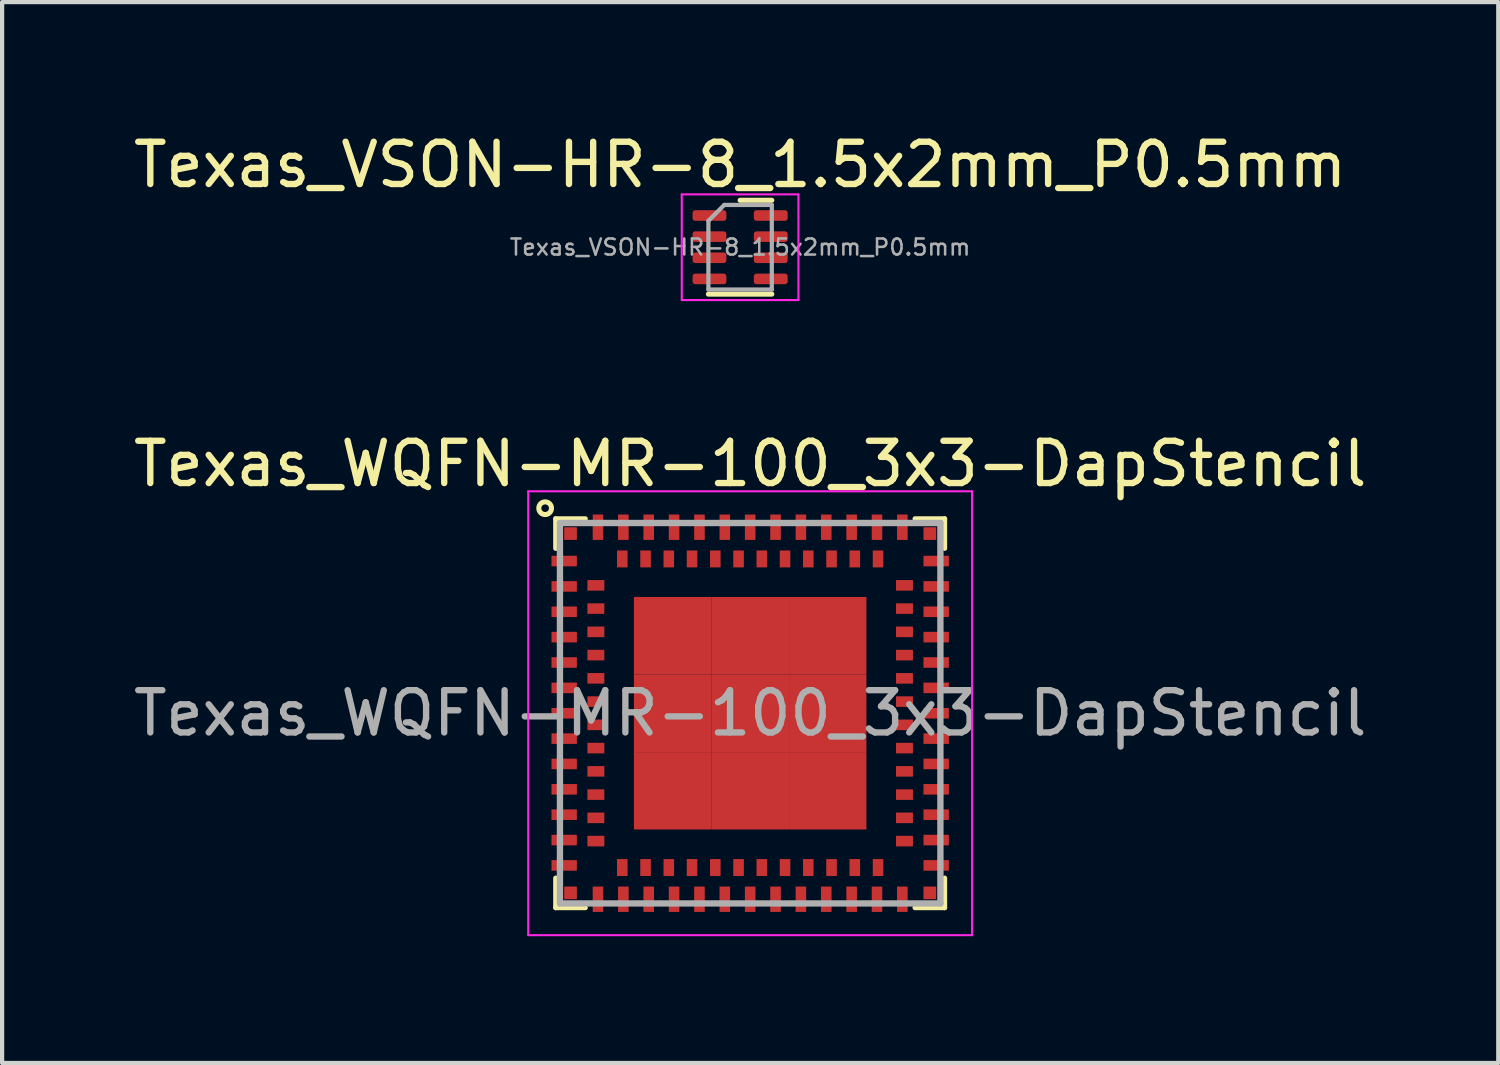
<source format=kicad_pcb>
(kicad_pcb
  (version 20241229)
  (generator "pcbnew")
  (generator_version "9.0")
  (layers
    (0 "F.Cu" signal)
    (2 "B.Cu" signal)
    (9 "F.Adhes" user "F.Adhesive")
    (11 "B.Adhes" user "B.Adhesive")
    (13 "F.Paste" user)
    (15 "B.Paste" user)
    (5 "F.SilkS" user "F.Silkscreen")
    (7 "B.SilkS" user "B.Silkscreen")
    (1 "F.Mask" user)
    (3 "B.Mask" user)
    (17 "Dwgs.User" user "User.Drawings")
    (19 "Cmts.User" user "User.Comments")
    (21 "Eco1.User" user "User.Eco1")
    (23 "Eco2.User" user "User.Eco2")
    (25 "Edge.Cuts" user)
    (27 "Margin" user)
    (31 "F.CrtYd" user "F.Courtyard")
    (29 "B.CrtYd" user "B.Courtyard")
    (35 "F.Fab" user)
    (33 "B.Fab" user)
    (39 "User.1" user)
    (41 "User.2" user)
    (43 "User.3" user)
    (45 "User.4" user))
  (footprint "Texas_WQFN-MR-100_3x3-DapStencil"
    (layer "F.Cu")
    (at 14.696 13.822)
    (property "Reference" "Texas_WQFN-MR-100_3x3-DapStencil" (at 0 -5.9 0) (layer "F.SilkS") (effects (font (size 1 1) (thickness 0.15))))
    (attr smd)
    (fp_line (start -4.6 -4.6) (end -3.9 -4.6) (stroke (width 0.12) (type solid)) (layer "F.SilkS"))
    (fp_line (start -4.6 -3.9) (end -4.6 -4.6) (stroke (width 0.12) (type solid)) (layer "F.SilkS"))
    (fp_line (start -4.6 3.9) (end -4.6 4.6) (stroke (width 0.12) (type solid)) (layer "F.SilkS"))
    (fp_line (start -4.6 4.6) (end -3.9 4.6) (stroke (width 0.12) (type solid)) (layer "F.SilkS"))
    (fp_line (start 4.6 -4.6) (end 3.9 -4.6) (stroke (width 0.12) (type solid)) (layer "F.SilkS"))
    (fp_line (start 4.6 -3.9) (end 4.6 -4.6) (stroke (width 0.12) (type solid)) (layer "F.SilkS"))
    (fp_line (start 4.6 3.9) (end 4.6 4.6) (stroke (width 0.12) (type solid)) (layer "F.SilkS"))
    (fp_line (start 4.6 4.6) (end 3.9 4.6) (stroke (width 0.12) (type solid)) (layer "F.SilkS"))
    (fp_circle (center -4.85 -4.85) (end -5 -4.85) (stroke (width 0.12) (type solid)) (fill no) (layer "F.SilkS"))
    (fp_line (start -5.25 -5.25) (end 5.25 -5.25) (stroke (width 0.05) (type solid)) (layer "F.CrtYd"))
    (fp_line (start -5.25 5.25) (end -5.25 -5.25) (stroke (width 0.05) (type solid)) (layer "F.CrtYd"))
    (fp_line (start 5.25 -5.25) (end 5.25 5.25) (stroke (width 0.05) (type solid)) (layer "F.CrtYd"))
    (fp_line (start 5.25 5.25) (end -5.25 5.25) (stroke (width 0.05) (type solid)) (layer "F.CrtYd"))
    (fp_line (start -4.5 -4.5) (end -4.5 4.5) (stroke (width 0.15) (type solid)) (layer "F.Fab"))
    (fp_line (start -4.5 -4.5) (end 4.5 -4.5) (stroke (width 0.15) (type solid)) (layer "F.Fab"))
    (fp_line (start -4.5 4.5) (end 4.5 4.5) (stroke (width 0.15) (type solid)) (layer "F.Fab"))
    (fp_line (start 4.5 -4.5) (end 4.5 4.5) (stroke (width 0.15) (type solid)) (layer "F.Fab"))
    (fp_text user "${REFERENCE}" (at 0 0 0) (layer "F.Fab") (effects (font (size 1 1) (thickness 0.15))))
    (pad "A1" smd rect (at -4.4 -3.6 90) (size 0.25 0.6) (layers "F.Cu" "F.Mask" "F.Paste"))
    (pad "A2" smd rect (at -4.4 -3 90) (size 0.25 0.6) (layers "F.Cu" "F.Mask" "F.Paste"))
    (pad "A3" smd rect (at -4.4 -2.4 90) (size 0.25 0.6) (layers "F.Cu" "F.Mask" "F.Paste"))
    (pad "A4" smd rect (at -4.4 -1.8 90) (size 0.25 0.6) (layers "F.Cu" "F.Mask" "F.Paste"))
    (pad "A5" smd rect (at -4.4 -1.2 90) (size 0.25 0.6) (layers "F.Cu" "F.Mask" "F.Paste"))
    (pad "A6" smd rect (at -4.4 -0.6 90) (size 0.25 0.6) (layers "F.Cu" "F.Mask" "F.Paste"))
    (pad "A7" smd rect (at -4.4 0 90) (size 0.25 0.6) (layers "F.Cu" "F.Mask" "F.Paste"))
    (pad "A8" smd rect (at -4.4 0.6 90) (size 0.25 0.6) (layers "F.Cu" "F.Mask" "F.Paste"))
    (pad "A9" smd rect (at -4.4 1.2 90) (size 0.25 0.6) (layers "F.Cu" "F.Mask" "F.Paste"))
    (pad "A10" smd rect (at -4.4 1.8 90) (size 0.25 0.6) (layers "F.Cu" "F.Mask" "F.Paste"))
    (pad "A11" smd rect (at -4.4 2.4 90) (size 0.25 0.6) (layers "F.Cu" "F.Mask" "F.Paste"))
    (pad "A12" smd rect (at -4.4 3 90) (size 0.25 0.6) (layers "F.Cu" "F.Mask" "F.Paste"))
    (pad "A13" smd rect (at -4.4 3.6 90) (size 0.25 0.6) (layers "F.Cu" "F.Mask" "F.Paste"))
    (pad "A14" smd rect (at -3.6 4.4) (size 0.25 0.6) (layers "F.Cu" "F.Mask" "F.Paste"))
    (pad "A15" smd rect (at -3 4.4) (size 0.25 0.6) (layers "F.Cu" "F.Mask" "F.Paste"))
    (pad "A16" smd rect (at -2.4 4.4) (size 0.25 0.6) (layers "F.Cu" "F.Mask" "F.Paste"))
    (pad "A17" smd rect (at -1.8 4.4) (size 0.25 0.6) (layers "F.Cu" "F.Mask" "F.Paste"))
    (pad "A18" smd rect (at -1.2 4.4) (size 0.25 0.6) (layers "F.Cu" "F.Mask" "F.Paste"))
    (pad "A19" smd rect (at -0.6 4.4) (size 0.25 0.6) (layers "F.Cu" "F.Mask" "F.Paste"))
    (pad "A20" smd rect (at 0 4.4) (size 0.25 0.6) (layers "F.Cu" "F.Mask" "F.Paste"))
    (pad "A21" smd rect (at 0.6 4.4) (size 0.25 0.6) (layers "F.Cu" "F.Mask" "F.Paste"))
    (pad "A22" smd rect (at 1.2 4.4) (size 0.25 0.6) (layers "F.Cu" "F.Mask" "F.Paste"))
    (pad "A23" smd rect (at 1.8 4.4) (size 0.25 0.6) (layers "F.Cu" "F.Mask" "F.Paste"))
    (pad "A24" smd rect (at 2.4 4.4) (size 0.25 0.6) (layers "F.Cu" "F.Mask" "F.Paste"))
    (pad "A25" smd rect (at 3 4.4) (size 0.25 0.6) (layers "F.Cu" "F.Mask" "F.Paste"))
    (pad "A26" smd rect (at 3.6 4.4) (size 0.25 0.6) (layers "F.Cu" "F.Mask" "F.Paste"))
    (pad "A27" smd rect (at 4.4 3.6 90) (size 0.25 0.6) (layers "F.Cu" "F.Mask" "F.Paste"))
    (pad "A28" smd rect (at 4.4 3 90) (size 0.25 0.6) (layers "F.Cu" "F.Mask" "F.Paste"))
    (pad "A29" smd rect (at 4.4 2.4 90) (size 0.25 0.6) (layers "F.Cu" "F.Mask" "F.Paste"))
    (pad "A30" smd rect (at 4.4 1.8 90) (size 0.25 0.6) (layers "F.Cu" "F.Mask" "F.Paste"))
    (pad "A31" smd rect (at 4.4 1.2 90) (size 0.25 0.6) (layers "F.Cu" "F.Mask" "F.Paste"))
    (pad "A32" smd rect (at 4.4 0.6 90) (size 0.25 0.6) (layers "F.Cu" "F.Mask" "F.Paste"))
    (pad "A33" smd rect (at 4.4 0 90) (size 0.25 0.6) (layers "F.Cu" "F.Mask" "F.Paste"))
    (pad "A34" smd rect (at 4.4 -0.6 90) (size 0.25 0.6) (layers "F.Cu" "F.Mask" "F.Paste"))
    (pad "A35" smd rect (at 4.4 -1.2 90) (size 0.25 0.6) (layers "F.Cu" "F.Mask" "F.Paste"))
    (pad "A36" smd rect (at 4.4 -1.8 90) (size 0.25 0.6) (layers "F.Cu" "F.Mask" "F.Paste"))
    (pad "A37" smd rect (at 4.4 -2.4 90) (size 0.25 0.6) (layers "F.Cu" "F.Mask" "F.Paste"))
    (pad "A38" smd rect (at 4.4 -3 90) (size 0.25 0.6) (layers "F.Cu" "F.Mask" "F.Paste"))
    (pad "A39" smd rect (at 4.4 -3.6 90) (size 0.25 0.6) (layers "F.Cu" "F.Mask" "F.Paste"))
    (pad "A40" smd rect (at 3.6 -4.4) (size 0.25 0.6) (layers "F.Cu" "F.Mask" "F.Paste"))
    (pad "A41" smd rect (at 3 -4.4) (size 0.25 0.6) (layers "F.Cu" "F.Mask" "F.Paste"))
    (pad "A42" smd rect (at 2.4 -4.4) (size 0.25 0.6) (layers "F.Cu" "F.Mask" "F.Paste"))
    (pad "A43" smd rect (at 1.8 -4.4) (size 0.25 0.6) (layers "F.Cu" "F.Mask" "F.Paste"))
    (pad "A44" smd rect (at 1.2 -4.4) (size 0.25 0.6) (layers "F.Cu" "F.Mask" "F.Paste"))
    (pad "A45" smd rect (at 0.6 -4.4) (size 0.25 0.6) (layers "F.Cu" "F.Mask" "F.Paste"))
    (pad "A46" smd rect (at 0 -4.4) (size 0.25 0.6) (layers "F.Cu" "F.Mask" "F.Paste"))
    (pad "A47" smd rect (at -0.6 -4.4) (size 0.25 0.6) (layers "F.Cu" "F.Mask" "F.Paste"))
    (pad "A48" smd rect (at -1.2 -4.4) (size 0.25 0.6) (layers "F.Cu" "F.Mask" "F.Paste"))
    (pad "A49" smd rect (at -1.8 -4.4) (size 0.25 0.6) (layers "F.Cu" "F.Mask" "F.Paste"))
    (pad "A50" smd rect (at -2.4 -4.4) (size 0.25 0.6) (layers "F.Cu" "F.Mask" "F.Paste"))
    (pad "A51" smd rect (at -3 -4.4) (size 0.25 0.6) (layers "F.Cu" "F.Mask" "F.Paste"))
    (pad "A52" smd rect (at -3.6 -4.4) (size 0.25 0.6) (layers "F.Cu" "F.Mask" "F.Paste"))
    (pad "A53" smd rect (at -1.835 -1.835) (size 1.83 1.83) (layers "F.Cu" "F.Mask" "F.Paste"))
    (pad "A53" smd rect (at -1.835 0) (size 1.83 1.84) (layers "F.Cu" "F.Mask" "F.Paste"))
    (pad "A53" smd rect (at -1.835 1.835) (size 1.83 1.83) (layers "F.Cu" "F.Mask" "F.Paste"))
    (pad "A53" smd rect (at 0 -1.835) (size 1.84 1.83) (layers "F.Cu" "F.Mask" "F.Paste"))
    (pad "A53" smd rect (at 0 0) (size 1.84 1.84) (layers "F.Cu" "F.Mask" "F.Paste"))
    (pad "A53" smd rect (at 0 1.835) (size 1.84 1.83) (layers "F.Cu" "F.Mask" "F.Paste"))
    (pad "A53" smd rect (at 1.835 -1.835) (size 1.83 1.83) (layers "F.Cu" "F.Mask" "F.Paste"))
    (pad "A53" smd rect (at 1.835 0) (size 1.83 1.84) (layers "F.Cu" "F.Mask" "F.Paste"))
    (pad "A53" smd rect (at 1.835 1.835) (size 1.83 1.83) (layers "F.Cu" "F.Mask" "F.Paste"))
    (pad "B1" smd rect (at -3.65 -3.025 90) (size 0.25 0.4) (layers "F.Cu" "F.Mask" "F.Paste"))
    (pad "B2" smd rect (at -3.65 -2.475 90) (size 0.25 0.4) (layers "F.Cu" "F.Mask" "F.Paste"))
    (pad "B3" smd rect (at -3.65 -1.925 90) (size 0.25 0.4) (layers "F.Cu" "F.Mask" "F.Paste"))
    (pad "B4" smd rect (at -3.65 -1.375 90) (size 0.25 0.4) (layers "F.Cu" "F.Mask" "F.Paste"))
    (pad "B5" smd rect (at -3.65 -0.825 90) (size 0.25 0.4) (layers "F.Cu" "F.Mask" "F.Paste"))
    (pad "B6" smd rect (at -3.65 -0.275 90) (size 0.25 0.4) (layers "F.Cu" "F.Mask" "F.Paste"))
    (pad "B7" smd rect (at -3.65 0.275 90) (size 0.25 0.4) (layers "F.Cu" "F.Mask" "F.Paste"))
    (pad "B8" smd rect (at -3.65 0.825 90) (size 0.25 0.4) (layers "F.Cu" "F.Mask" "F.Paste"))
    (pad "B9" smd rect (at -3.65 1.375 90) (size 0.25 0.4) (layers "F.Cu" "F.Mask" "F.Paste"))
    (pad "B10" smd rect (at -3.65 1.925 90) (size 0.25 0.4) (layers "F.Cu" "F.Mask" "F.Paste"))
    (pad "B11" smd rect (at -3.65 2.475 90) (size 0.25 0.4) (layers "F.Cu" "F.Mask" "F.Paste"))
    (pad "B12" smd rect (at -3.65 3.025 90) (size 0.25 0.4) (layers "F.Cu" "F.Mask" "F.Paste"))
    (pad "B13" smd rect (at -3.025 3.65) (size 0.25 0.4) (layers "F.Cu" "F.Mask" "F.Paste"))
    (pad "B14" smd rect (at -2.475 3.65) (size 0.25 0.4) (layers "F.Cu" "F.Mask" "F.Paste"))
    (pad "B15" smd rect (at -1.925 3.65) (size 0.25 0.4) (layers "F.Cu" "F.Mask" "F.Paste"))
    (pad "B16" smd rect (at -1.375 3.65) (size 0.25 0.4) (layers "F.Cu" "F.Mask" "F.Paste"))
    (pad "B17" smd rect (at -0.825 3.65) (size 0.25 0.4) (layers "F.Cu" "F.Mask" "F.Paste"))
    (pad "B18" smd rect (at -0.275 3.65) (size 0.25 0.4) (layers "F.Cu" "F.Mask" "F.Paste"))
    (pad "B19" smd rect (at 0.275 3.65) (size 0.25 0.4) (layers "F.Cu" "F.Mask" "F.Paste"))
    (pad "B20" smd rect (at 0.825 3.65) (size 0.25 0.4) (layers "F.Cu" "F.Mask" "F.Paste"))
    (pad "B21" smd rect (at 1.375 3.65) (size 0.25 0.4) (layers "F.Cu" "F.Mask" "F.Paste"))
    (pad "B22" smd rect (at 1.925 3.65) (size 0.25 0.4) (layers "F.Cu" "F.Mask" "F.Paste"))
    (pad "B23" smd rect (at 2.475 3.65) (size 0.25 0.4) (layers "F.Cu" "F.Mask" "F.Paste"))
    (pad "B24" smd rect (at 3.025 3.65) (size 0.25 0.4) (layers "F.Cu" "F.Mask" "F.Paste"))
    (pad "B25" smd rect (at 3.65 3.025 90) (size 0.25 0.4) (layers "F.Cu" "F.Mask" "F.Paste"))
    (pad "B26" smd rect (at 3.65 2.475 90) (size 0.25 0.4) (layers "F.Cu" "F.Mask" "F.Paste"))
    (pad "B27" smd rect (at 3.65 1.925 90) (size 0.25 0.4) (layers "F.Cu" "F.Mask" "F.Paste"))
    (pad "B28" smd rect (at 3.65 1.375 90) (size 0.25 0.4) (layers "F.Cu" "F.Mask" "F.Paste"))
    (pad "B29" smd rect (at 3.65 0.825 90) (size 0.25 0.4) (layers "F.Cu" "F.Mask" "F.Paste"))
    (pad "B30" smd rect (at 3.65 0.275 90) (size 0.25 0.4) (layers "F.Cu" "F.Mask" "F.Paste"))
    (pad "B31" smd rect (at 3.65 -0.275 90) (size 0.25 0.4) (layers "F.Cu" "F.Mask" "F.Paste"))
    (pad "B32" smd rect (at 3.65 -0.825 90) (size 0.25 0.4) (layers "F.Cu" "F.Mask" "F.Paste"))
    (pad "B33" smd rect (at 3.65 -1.375 90) (size 0.25 0.4) (layers "F.Cu" "F.Mask" "F.Paste"))
    (pad "B34" smd rect (at 3.65 -1.925 90) (size 0.25 0.4) (layers "F.Cu" "F.Mask" "F.Paste"))
    (pad "B35" smd rect (at 3.65 -2.475 90) (size 0.25 0.4) (layers "F.Cu" "F.Mask" "F.Paste"))
    (pad "B36" smd rect (at 3.65 -3.025 90) (size 0.25 0.4) (layers "F.Cu" "F.Mask" "F.Paste"))
    (pad "B37" smd rect (at 3.025 -3.65) (size 0.25 0.4) (layers "F.Cu" "F.Mask" "F.Paste"))
    (pad "B38" smd rect (at 2.475 -3.65) (size 0.25 0.4) (layers "F.Cu" "F.Mask" "F.Paste"))
    (pad "B39" smd rect (at 1.925 -3.65) (size 0.25 0.4) (layers "F.Cu" "F.Mask" "F.Paste"))
    (pad "B40" smd rect (at 1.375 -3.65) (size 0.25 0.4) (layers "F.Cu" "F.Mask" "F.Paste"))
    (pad "B41" smd rect (at 0.825 -3.65) (size 0.25 0.4) (layers "F.Cu" "F.Mask" "F.Paste"))
    (pad "B42" smd rect (at 0.275 -3.65) (size 0.25 0.4) (layers "F.Cu" "F.Mask" "F.Paste"))
    (pad "B43" smd rect (at -0.275 -3.65) (size 0.25 0.4) (layers "F.Cu" "F.Mask" "F.Paste"))
    (pad "B44" smd rect (at -0.825 -3.65) (size 0.25 0.4) (layers "F.Cu" "F.Mask" "F.Paste"))
    (pad "B45" smd rect (at -1.375 -3.65) (size 0.25 0.4) (layers "F.Cu" "F.Mask" "F.Paste"))
    (pad "B46" smd rect (at -1.925 -3.65) (size 0.25 0.4) (layers "F.Cu" "F.Mask" "F.Paste"))
    (pad "B47" smd rect (at -2.475 -3.65) (size 0.25 0.4) (layers "F.Cu" "F.Mask" "F.Paste"))
    (pad "B48" smd rect (at -3.025 -3.65) (size 0.25 0.4) (layers "F.Cu" "F.Mask" "F.Paste"))
    (pad "C1" smd rect (at -4.25 -4.25) (size 0.3 0.3) (layers "F.Cu" "F.Mask" "F.Paste"))
    (pad "C2" smd rect (at -4.25 4.25) (size 0.3 0.3) (layers "F.Cu" "F.Mask" "F.Paste"))
    (pad "C3" smd rect (at 4.25 4.25) (size 0.3 0.3) (layers "F.Cu" "F.Mask" "F.Paste"))
    (pad "C4" smd rect (at 4.25 -4.25) (size 0.3 0.3) (layers "F.Cu" "F.Mask" "F.Paste")))
  (footprint "Texas_VSON-HR-8_1.5x2mm_P0.5mm"
    (layer "F.Cu")
    (at 14.458 2.798)
    (property "Reference" "Texas_VSON-HR-8_1.5x2mm_P0.5mm" (at 0 -1.95 0) (layer "F.SilkS") (effects (font (size 1 1) (thickness 0.15))))
    (attr smd)
    (fp_line (start -0.75 1.11) (end 0.75 1.11) (stroke (width 0.12) (type solid)) (layer "F.SilkS"))
    (fp_line (start 0 -1.11) (end 0.75 -1.11) (stroke (width 0.12) (type solid)) (layer "F.SilkS"))
    (fp_line (start -1.38 -1.25) (end -1.38 1.25) (stroke (width 0.05) (type solid)) (layer "F.CrtYd"))
    (fp_line (start -1.38 1.25) (end 1.38 1.25) (stroke (width 0.05) (type solid)) (layer "F.CrtYd"))
    (fp_line (start 1.38 -1.25) (end -1.38 -1.25) (stroke (width 0.05) (type solid)) (layer "F.CrtYd"))
    (fp_line (start 1.38 1.25) (end 1.38 -1.25) (stroke (width 0.05) (type solid)) (layer "F.CrtYd"))
    (fp_line (start -0.75 -0.625) (end -0.375 -1) (stroke (width 0.1) (type solid)) (layer "F.Fab"))
    (fp_line (start -0.75 1) (end -0.75 -0.625) (stroke (width 0.1) (type solid)) (layer "F.Fab"))
    (fp_line (start -0.375 -1) (end 0.75 -1) (stroke (width 0.1) (type solid)) (layer "F.Fab"))
    (fp_line (start 0.75 -1) (end 0.75 1) (stroke (width 0.1) (type solid)) (layer "F.Fab"))
    (fp_line (start 0.75 1) (end -0.75 1) (stroke (width 0.1) (type solid)) (layer "F.Fab"))
    (fp_text user "${REFERENCE}" (at 0 0 0) (layer "F.Fab") (effects (font (size 0.38 0.38) (thickness 0.06))))
    (pad "1" smd roundrect (at -0.725 -0.75) (size 0.8 0.25) (layers "F.Cu" "F.Mask" "F.Paste") (roundrect_rratio 0.25))
    (pad "2" smd roundrect (at -0.725 -0.25) (size 0.8 0.25) (layers "F.Cu" "F.Mask" "F.Paste") (roundrect_rratio 0.25))
    (pad "3" smd roundrect (at -0.725 0.25) (size 0.8 0.25) (layers "F.Cu" "F.Mask" "F.Paste") (roundrect_rratio 0.25))
    (pad "4" smd roundrect (at -0.725 0.75) (size 0.8 0.25) (layers "F.Cu" "F.Mask" "F.Paste") (roundrect_rratio 0.25))
    (pad "5" smd roundrect (at 0.725 0.75) (size 0.8 0.25) (layers "F.Cu" "F.Mask" "F.Paste") (roundrect_rratio 0.25))
    (pad "6" smd roundrect (at 0.725 0.25) (size 0.8 0.25) (layers "F.Cu" "F.Mask" "F.Paste") (roundrect_rratio 0.25))
    (pad "7" smd roundrect (at 0.725 -0.25) (size 0.8 0.25) (layers "F.Cu" "F.Mask" "F.Paste") (roundrect_rratio 0.25))
    (pad "8" smd roundrect (at 0.725 -0.75) (size 0.8 0.25) (layers "F.Cu" "F.Mask" "F.Paste") (roundrect_rratio 0.25)))
  (gr_rect
    (start -3 -3)
    (end 32.393 22.096)
    (stroke (width 0.1) (type default))
    (fill no)
    (layer "Edge.Cuts")))
</source>
